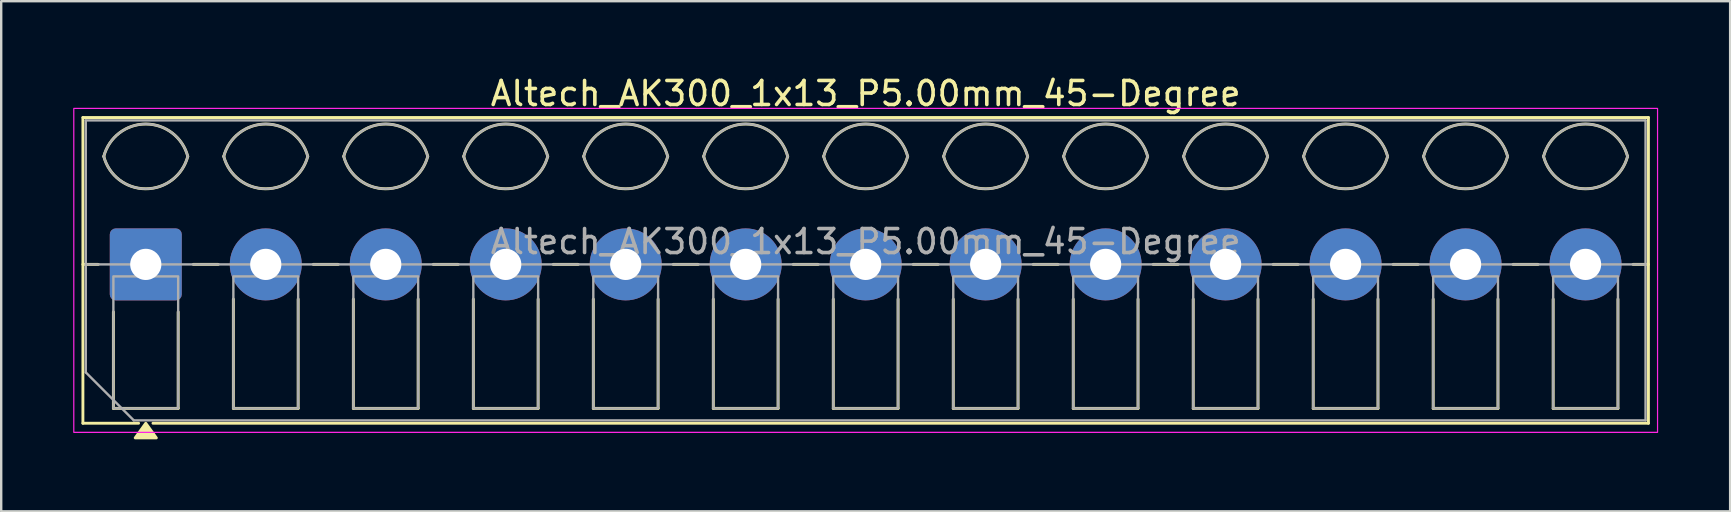
<source format=kicad_pcb>
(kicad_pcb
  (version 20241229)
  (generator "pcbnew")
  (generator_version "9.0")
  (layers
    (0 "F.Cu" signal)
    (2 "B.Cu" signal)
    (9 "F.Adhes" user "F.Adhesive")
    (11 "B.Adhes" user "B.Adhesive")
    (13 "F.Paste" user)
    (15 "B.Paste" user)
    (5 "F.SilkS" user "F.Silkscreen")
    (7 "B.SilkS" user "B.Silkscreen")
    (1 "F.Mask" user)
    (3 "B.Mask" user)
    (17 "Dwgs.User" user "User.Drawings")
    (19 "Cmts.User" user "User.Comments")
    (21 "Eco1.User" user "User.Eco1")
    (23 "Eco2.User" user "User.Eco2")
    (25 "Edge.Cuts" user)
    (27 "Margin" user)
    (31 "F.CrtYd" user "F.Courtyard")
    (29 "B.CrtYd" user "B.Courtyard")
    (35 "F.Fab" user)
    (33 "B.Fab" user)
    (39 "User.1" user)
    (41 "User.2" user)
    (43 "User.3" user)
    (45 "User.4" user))
  (footprint "Altech_AK300_1x13_P5.00mm_45-Degree"
    (layer "F.Cu")
    (at 3.025 7.968)
    (property "Reference" "Altech_AK300_1x13_P5.00mm_45-Degree" (at 30 -7.12 0) (layer "F.SilkS") (effects (font (size 1 1) (thickness 0.15))))
    (attr through_hole)
    (fp_line (start -2.62 -6.12) (end 62.62 -6.12) (stroke (width 0.12) (type solid)) (layer "F.SilkS"))
    (fp_line (start -2.62 0) (end -1.98 0) (stroke (width 0.12) (type solid)) (layer "F.SilkS"))
    (fp_line (start -2.62 6.62) (end -2.62 -6.12) (stroke (width 0.12) (type solid)) (layer "F.SilkS"))
    (fp_line (start -1.35 6) (end -1.35 1.98) (stroke (width 0.12) (type solid)) (layer "F.SilkS"))
    (fp_line (start -0.3 6.62) (end -2.62 6.62) (stroke (width 0.12) (type solid)) (layer "F.SilkS"))
    (fp_line (start 1.35 1.98) (end 1.35 6) (stroke (width 0.12) (type solid)) (layer "F.SilkS"))
    (fp_line (start 1.35 6) (end -1.35 6) (stroke (width 0.12) (type solid)) (layer "F.SilkS"))
    (fp_line (start 1.98 0) (end 3.02 0) (stroke (width 0.12) (type solid)) (layer "F.SilkS"))
    (fp_line (start 3.65 6) (end 3.65 1.448) (stroke (width 0.12) (type solid)) (layer "F.SilkS"))
    (fp_line (start 6.35 1.448) (end 6.35 6) (stroke (width 0.12) (type solid)) (layer "F.SilkS"))
    (fp_line (start 6.35 6) (end 3.65 6) (stroke (width 0.12) (type solid)) (layer "F.SilkS"))
    (fp_line (start 6.98 0) (end 8.02 0) (stroke (width 0.12) (type solid)) (layer "F.SilkS"))
    (fp_line (start 8.65 6) (end 8.65 1.448) (stroke (width 0.12) (type solid)) (layer "F.SilkS"))
    (fp_line (start 11.35 1.448) (end 11.35 6) (stroke (width 0.12) (type solid)) (layer "F.SilkS"))
    (fp_line (start 11.35 6) (end 8.65 6) (stroke (width 0.12) (type solid)) (layer "F.SilkS"))
    (fp_line (start 11.98 0) (end 13.02 0) (stroke (width 0.12) (type solid)) (layer "F.SilkS"))
    (fp_line (start 13.65 6) (end 13.65 1.448) (stroke (width 0.12) (type solid)) (layer "F.SilkS"))
    (fp_line (start 16.35 1.448) (end 16.35 6) (stroke (width 0.12) (type solid)) (layer "F.SilkS"))
    (fp_line (start 16.35 6) (end 13.65 6) (stroke (width 0.12) (type solid)) (layer "F.SilkS"))
    (fp_line (start 16.98 0) (end 18.02 0) (stroke (width 0.12) (type solid)) (layer "F.SilkS"))
    (fp_line (start 18.65 6) (end 18.65 1.448) (stroke (width 0.12) (type solid)) (layer "F.SilkS"))
    (fp_line (start 21.35 1.448) (end 21.35 6) (stroke (width 0.12) (type solid)) (layer "F.SilkS"))
    (fp_line (start 21.35 6) (end 18.65 6) (stroke (width 0.12) (type solid)) (layer "F.SilkS"))
    (fp_line (start 21.98 0) (end 23.02 0) (stroke (width 0.12) (type solid)) (layer "F.SilkS"))
    (fp_line (start 23.65 6) (end 23.65 1.448) (stroke (width 0.12) (type solid)) (layer "F.SilkS"))
    (fp_line (start 26.35 1.448) (end 26.35 6) (stroke (width 0.12) (type solid)) (layer "F.SilkS"))
    (fp_line (start 26.35 6) (end 23.65 6) (stroke (width 0.12) (type solid)) (layer "F.SilkS"))
    (fp_line (start 26.98 0) (end 28.02 0) (stroke (width 0.12) (type solid)) (layer "F.SilkS"))
    (fp_line (start 28.65 6) (end 28.65 1.448) (stroke (width 0.12) (type solid)) (layer "F.SilkS"))
    (fp_line (start 31.35 1.448) (end 31.35 6) (stroke (width 0.12) (type solid)) (layer "F.SilkS"))
    (fp_line (start 31.35 6) (end 28.65 6) (stroke (width 0.12) (type solid)) (layer "F.SilkS"))
    (fp_line (start 31.98 0) (end 33.02 0) (stroke (width 0.12) (type solid)) (layer "F.SilkS"))
    (fp_line (start 33.65 6) (end 33.65 1.448) (stroke (width 0.12) (type solid)) (layer "F.SilkS"))
    (fp_line (start 36.35 1.448) (end 36.35 6) (stroke (width 0.12) (type solid)) (layer "F.SilkS"))
    (fp_line (start 36.35 6) (end 33.65 6) (stroke (width 0.12) (type solid)) (layer "F.SilkS"))
    (fp_line (start 36.98 0) (end 38.02 0) (stroke (width 0.12) (type solid)) (layer "F.SilkS"))
    (fp_line (start 38.65 6) (end 38.65 1.448) (stroke (width 0.12) (type solid)) (layer "F.SilkS"))
    (fp_line (start 41.35 1.448) (end 41.35 6) (stroke (width 0.12) (type solid)) (layer "F.SilkS"))
    (fp_line (start 41.35 6) (end 38.65 6) (stroke (width 0.12) (type solid)) (layer "F.SilkS"))
    (fp_line (start 41.98 0) (end 43.02 0) (stroke (width 0.12) (type solid)) (layer "F.SilkS"))
    (fp_line (start 43.65 6) (end 43.65 1.448) (stroke (width 0.12) (type solid)) (layer "F.SilkS"))
    (fp_line (start 46.35 1.448) (end 46.35 6) (stroke (width 0.12) (type solid)) (layer "F.SilkS"))
    (fp_line (start 46.35 6) (end 43.65 6) (stroke (width 0.12) (type solid)) (layer "F.SilkS"))
    (fp_line (start 46.98 0) (end 48.02 0) (stroke (width 0.12) (type solid)) (layer "F.SilkS"))
    (fp_line (start 48.65 6) (end 48.65 1.448) (stroke (width 0.12) (type solid)) (layer "F.SilkS"))
    (fp_line (start 51.35 1.448) (end 51.35 6) (stroke (width 0.12) (type solid)) (layer "F.SilkS"))
    (fp_line (start 51.35 6) (end 48.65 6) (stroke (width 0.12) (type solid)) (layer "F.SilkS"))
    (fp_line (start 51.98 0) (end 53.02 0) (stroke (width 0.12) (type solid)) (layer "F.SilkS"))
    (fp_line (start 53.65 6) (end 53.65 1.448) (stroke (width 0.12) (type solid)) (layer "F.SilkS"))
    (fp_line (start 56.35 1.448) (end 56.35 6) (stroke (width 0.12) (type solid)) (layer "F.SilkS"))
    (fp_line (start 56.35 6) (end 53.65 6) (stroke (width 0.12) (type solid)) (layer "F.SilkS"))
    (fp_line (start 56.98 0) (end 58.02 0) (stroke (width 0.12) (type solid)) (layer "F.SilkS"))
    (fp_line (start 58.65 6) (end 58.65 1.448) (stroke (width 0.12) (type solid)) (layer "F.SilkS"))
    (fp_line (start 61.35 1.448) (end 61.35 6) (stroke (width 0.12) (type solid)) (layer "F.SilkS"))
    (fp_line (start 61.35 6) (end 58.65 6) (stroke (width 0.12) (type solid)) (layer "F.SilkS"))
    (fp_line (start 61.98 0) (end 62.62 0) (stroke (width 0.12) (type solid)) (layer "F.SilkS"))
    (fp_line (start 62.62 -6.12) (end 62.62 6.62) (stroke (width 0.12) (type solid)) (layer "F.SilkS"))
    (fp_line (start 62.62 6.62) (end 0.3 6.62) (stroke (width 0.12) (type solid)) (layer "F.SilkS"))
    (fp_arc (start -1.75 -4.5) (mid 0 -5.85) (end 1.75 -4.5) (stroke (width 0.12) (type solid)) (layer "F.SilkS"))
    (fp_arc (start 1.75 -4.5) (mid 0 -3.15) (end -1.75 -4.5) (stroke (width 0.12) (type solid)) (layer "F.SilkS"))
    (fp_arc (start 3.25 -4.5) (mid 5 -5.85) (end 6.75 -4.5) (stroke (width 0.12) (type solid)) (layer "F.SilkS"))
    (fp_arc (start 6.75 -4.5) (mid 5 -3.15) (end 3.25 -4.5) (stroke (width 0.12) (type solid)) (layer "F.SilkS"))
    (fp_arc (start 8.25 -4.5) (mid 10 -5.85) (end 11.75 -4.5) (stroke (width 0.12) (type solid)) (layer "F.SilkS"))
    (fp_arc (start 11.75 -4.5) (mid 10 -3.15) (end 8.25 -4.5) (stroke (width 0.12) (type solid)) (layer "F.SilkS"))
    (fp_arc (start 13.25 -4.5) (mid 15 -5.85) (end 16.75 -4.5) (stroke (width 0.12) (type solid)) (layer "F.SilkS"))
    (fp_arc (start 16.75 -4.5) (mid 15 -3.15) (end 13.25 -4.5) (stroke (width 0.12) (type solid)) (layer "F.SilkS"))
    (fp_arc (start 18.25 -4.5) (mid 20 -5.85) (end 21.75 -4.5) (stroke (width 0.12) (type solid)) (layer "F.SilkS"))
    (fp_arc (start 21.75 -4.5) (mid 20 -3.15) (end 18.25 -4.5) (stroke (width 0.12) (type solid)) (layer "F.SilkS"))
    (fp_arc (start 23.25 -4.5) (mid 25 -5.85) (end 26.75 -4.5) (stroke (width 0.12) (type solid)) (layer "F.SilkS"))
    (fp_arc (start 26.75 -4.5) (mid 25 -3.15) (end 23.25 -4.5) (stroke (width 0.12) (type solid)) (layer "F.SilkS"))
    (fp_arc (start 28.25 -4.5) (mid 30 -5.85) (end 31.75 -4.5) (stroke (width 0.12) (type solid)) (layer "F.SilkS"))
    (fp_arc (start 31.75 -4.5) (mid 30 -3.15) (end 28.25 -4.5) (stroke (width 0.12) (type solid)) (layer "F.SilkS"))
    (fp_arc (start 33.25 -4.5) (mid 35 -5.85) (end 36.75 -4.5) (stroke (width 0.12) (type solid)) (layer "F.SilkS"))
    (fp_arc (start 36.75 -4.5) (mid 35 -3.15) (end 33.25 -4.5) (stroke (width 0.12) (type solid)) (layer "F.SilkS"))
    (fp_arc (start 38.25 -4.5) (mid 40 -5.85) (end 41.75 -4.5) (stroke (width 0.12) (type solid)) (layer "F.SilkS"))
    (fp_arc (start 41.75 -4.5) (mid 40 -3.15) (end 38.25 -4.5) (stroke (width 0.12) (type solid)) (layer "F.SilkS"))
    (fp_arc (start 43.25 -4.5) (mid 45 -5.85) (end 46.75 -4.5) (stroke (width 0.12) (type solid)) (layer "F.SilkS"))
    (fp_arc (start 46.75 -4.5) (mid 45 -3.15) (end 43.25 -4.5) (stroke (width 0.12) (type solid)) (layer "F.SilkS"))
    (fp_arc (start 48.25 -4.5) (mid 50 -5.85) (end 51.75 -4.5) (stroke (width 0.12) (type solid)) (layer "F.SilkS"))
    (fp_arc (start 51.75 -4.5) (mid 50 -3.15) (end 48.25 -4.5) (stroke (width 0.12) (type solid)) (layer "F.SilkS"))
    (fp_arc (start 53.25 -4.5) (mid 55 -5.85) (end 56.75 -4.5) (stroke (width 0.12) (type solid)) (layer "F.SilkS"))
    (fp_arc (start 56.75 -4.5) (mid 55 -3.15) (end 53.25 -4.5) (stroke (width 0.12) (type solid)) (layer "F.SilkS"))
    (fp_arc (start 58.25 -4.5) (mid 60 -5.85) (end 61.75 -4.5) (stroke (width 0.12) (type solid)) (layer "F.SilkS"))
    (fp_arc (start 61.75 -4.5) (mid 60 -3.15) (end 58.25 -4.5) (stroke (width 0.12) (type solid)) (layer "F.SilkS"))
    (fp_poly (pts (xy 0 6.62) (xy 0.44 7.23) (xy -0.44 7.23)) (stroke (width 0.12) (type solid)) (fill yes) (layer "F.SilkS"))
    (fp_rect (start -3 -6.5) (end 63 7) (stroke (width 0.05) (type solid)) (fill no) (layer "F.CrtYd"))
    (fp_line (start -2.5 -6) (end 62.5 -6) (stroke (width 0.1) (type solid)) (layer "F.Fab"))
    (fp_line (start -2.5 0) (end 62.5 0) (stroke (width 0.1) (type solid)) (layer "F.Fab"))
    (fp_line (start -2.5 4.5) (end -2.5 -6) (stroke (width 0.1) (type solid)) (layer "F.Fab"))
    (fp_line (start -0.5 6.5) (end -2.5 4.5) (stroke (width 0.1) (type solid)) (layer "F.Fab"))
    (fp_line (start 62.5 -6) (end 62.5 6.5) (stroke (width 0.1) (type solid)) (layer "F.Fab"))
    (fp_line (start 62.5 6.5) (end -0.5 6.5) (stroke (width 0.1) (type solid)) (layer "F.Fab"))
    (fp_rect (start -1.35 0.5) (end 1.35 6) (stroke (width 0.1) (type solid)) (fill no) (layer "F.Fab"))
    (fp_rect (start 3.65 0.5) (end 6.35 6) (stroke (width 0.1) (type solid)) (fill no) (layer "F.Fab"))
    (fp_rect (start 8.65 0.5) (end 11.351 6) (stroke (width 0.1) (type solid)) (fill no) (layer "F.Fab"))
    (fp_rect (start 13.65 0.5) (end 16.351 6) (stroke (width 0.1) (type solid)) (fill no) (layer "F.Fab"))
    (fp_rect (start 18.65 0.5) (end 21.35 6) (stroke (width 0.1) (type solid)) (fill no) (layer "F.Fab"))
    (fp_rect (start 23.65 0.5) (end 26.35 6) (stroke (width 0.1) (type solid)) (fill no) (layer "F.Fab"))
    (fp_rect (start 28.65 0.5) (end 31.35 6) (stroke (width 0.1) (type solid)) (fill no) (layer "F.Fab"))
    (fp_rect (start 33.65 0.5) (end 36.35 6) (stroke (width 0.1) (type solid)) (fill no) (layer "F.Fab"))
    (fp_rect (start 38.65 0.5) (end 41.35 6) (stroke (width 0.1) (type solid)) (fill no) (layer "F.Fab"))
    (fp_rect (start 43.65 0.5) (end 46.35 6) (stroke (width 0.1) (type solid)) (fill no) (layer "F.Fab"))
    (fp_rect (start 48.65 0.5) (end 51.35 6) (stroke (width 0.1) (type solid)) (fill no) (layer "F.Fab"))
    (fp_rect (start 53.65 0.5) (end 56.35 6) (stroke (width 0.1) (type solid)) (fill no) (layer "F.Fab"))
    (fp_rect (start 58.65 0.5) (end 61.35 6) (stroke (width 0.1) (type solid)) (fill no) (layer "F.Fab"))
    (fp_arc (start -1.75 -4.5) (mid 0 -5.85) (end 1.75 -4.5) (stroke (width 0.1) (type solid)) (layer "F.Fab"))
    (fp_arc (start 1.75 -4.5) (mid 0 -3.15) (end -1.75 -4.5) (stroke (width 0.1) (type solid)) (layer "F.Fab"))
    (fp_arc (start 3.25 -4.5) (mid 5 -5.85) (end 6.75 -4.5) (stroke (width 0.1) (type solid)) (layer "F.Fab"))
    (fp_arc (start 6.75 -4.5) (mid 5 -3.15) (end 3.25 -4.5) (stroke (width 0.1) (type solid)) (layer "F.Fab"))
    (fp_arc (start 8.25 -4.5) (mid 10 -5.85) (end 11.75 -4.5) (stroke (width 0.1) (type solid)) (layer "F.Fab"))
    (fp_arc (start 11.75 -4.5) (mid 10 -3.15) (end 8.25 -4.5) (stroke (width 0.1) (type solid)) (layer "F.Fab"))
    (fp_arc (start 13.25 -4.5) (mid 15 -5.85) (end 16.75 -4.5) (stroke (width 0.1) (type solid)) (layer "F.Fab"))
    (fp_arc (start 16.75 -4.5) (mid 15 -3.15) (end 13.25 -4.5) (stroke (width 0.1) (type solid)) (layer "F.Fab"))
    (fp_arc (start 18.25 -4.5) (mid 20 -5.85) (end 21.75 -4.5) (stroke (width 0.1) (type solid)) (layer "F.Fab"))
    (fp_arc (start 21.75 -4.5) (mid 20 -3.15) (end 18.25 -4.5) (stroke (width 0.1) (type solid)) (layer "F.Fab"))
    (fp_arc (start 23.25 -4.5) (mid 25 -5.85) (end 26.75 -4.5) (stroke (width 0.1) (type solid)) (layer "F.Fab"))
    (fp_arc (start 26.75 -4.5) (mid 25 -3.15) (end 23.25 -4.5) (stroke (width 0.1) (type solid)) (layer "F.Fab"))
    (fp_arc (start 28.25 -4.5) (mid 30 -5.85) (end 31.75 -4.5) (stroke (width 0.1) (type solid)) (layer "F.Fab"))
    (fp_arc (start 31.75 -4.5) (mid 30 -3.15) (end 28.25 -4.5) (stroke (width 0.1) (type solid)) (layer "F.Fab"))
    (fp_arc (start 33.25 -4.5) (mid 35 -5.85) (end 36.75 -4.5) (stroke (width 0.1) (type solid)) (layer "F.Fab"))
    (fp_arc (start 36.75 -4.5) (mid 35 -3.15) (end 33.25 -4.5) (stroke (width 0.1) (type solid)) (layer "F.Fab"))
    (fp_arc (start 38.25 -4.5) (mid 40 -5.85) (end 41.75 -4.5) (stroke (width 0.1) (type solid)) (layer "F.Fab"))
    (fp_arc (start 41.75 -4.5) (mid 40 -3.15) (end 38.25 -4.5) (stroke (width 0.1) (type solid)) (layer "F.Fab"))
    (fp_arc (start 43.25 -4.5) (mid 45 -5.85) (end 46.75 -4.5) (stroke (width 0.1) (type solid)) (layer "F.Fab"))
    (fp_arc (start 46.75 -4.5) (mid 45 -3.15) (end 43.25 -4.5) (stroke (width 0.1) (type solid)) (layer "F.Fab"))
    (fp_arc (start 48.25 -4.5) (mid 50 -5.85) (end 51.75 -4.5) (stroke (width 0.1) (type solid)) (layer "F.Fab"))
    (fp_arc (start 51.75 -4.5) (mid 50 -3.15) (end 48.25 -4.5) (stroke (width 0.1) (type solid)) (layer "F.Fab"))
    (fp_arc (start 53.25 -4.5) (mid 55 -5.85) (end 56.75 -4.5) (stroke (width 0.1) (type solid)) (layer "F.Fab"))
    (fp_arc (start 56.75 -4.5) (mid 55 -3.15) (end 53.25 -4.5) (stroke (width 0.1) (type solid)) (layer "F.Fab"))
    (fp_arc (start 58.25 -4.5) (mid 60 -5.85) (end 61.75 -4.5) (stroke (width 0.1) (type solid)) (layer "F.Fab"))
    (fp_arc (start 61.75 -4.5) (mid 60 -3.15) (end 58.25 -4.5) (stroke (width 0.1) (type solid)) (layer "F.Fab"))
    (fp_text user "${REFERENCE}" (at 30 -0.95 0) (layer "F.Fab") (effects (font (size 1 1) (thickness 0.15))))
    (pad "1" thru_hole roundrect (at 0 0) (size 3 3) (drill 1.3) (layers "*.Cu" "*.Mask") (roundrect_rratio 0.083))
    (pad "2" thru_hole circle (at 5 0) (size 3 3) (drill 1.3) (layers "*.Cu" "*.Mask"))
    (pad "3" thru_hole circle (at 10 0) (size 3 3) (drill 1.3) (layers "*.Cu" "*.Mask"))
    (pad "4" thru_hole circle (at 15 0) (size 3 3) (drill 1.3) (layers "*.Cu" "*.Mask"))
    (pad "5" thru_hole circle (at 20 0) (size 3 3) (drill 1.3) (layers "*.Cu" "*.Mask"))
    (pad "6" thru_hole circle (at 25 0) (size 3 3) (drill 1.3) (layers "*.Cu" "*.Mask"))
    (pad "7" thru_hole circle (at 30 0) (size 3 3) (drill 1.3) (layers "*.Cu" "*.Mask"))
    (pad "8" thru_hole circle (at 35 0) (size 3 3) (drill 1.3) (layers "*.Cu" "*.Mask"))
    (pad "9" thru_hole circle (at 40 0) (size 3 3) (drill 1.3) (layers "*.Cu" "*.Mask"))
    (pad "10" thru_hole circle (at 45 0) (size 3 3) (drill 1.3) (layers "*.Cu" "*.Mask"))
    (pad "11" thru_hole circle (at 50 0) (size 3 3) (drill 1.3) (layers "*.Cu" "*.Mask"))
    (pad "12" thru_hole circle (at 55 0) (size 3 3) (drill 1.3) (layers "*.Cu" "*.Mask"))
    (pad "13" thru_hole circle (at 60 0) (size 3 3) (drill 1.3) (layers "*.Cu" "*.Mask")))
  (gr_rect
    (start -3 -3)
    (end 69.05 18.258)
    (stroke (width 0.1) (type default))
    (fill no)
    (layer "Edge.Cuts")))
</source>
